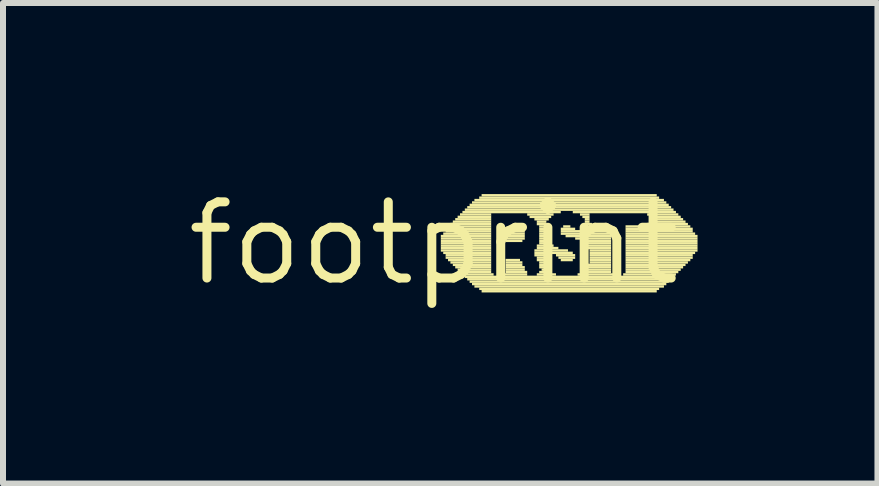
<source format=kicad_pcb>
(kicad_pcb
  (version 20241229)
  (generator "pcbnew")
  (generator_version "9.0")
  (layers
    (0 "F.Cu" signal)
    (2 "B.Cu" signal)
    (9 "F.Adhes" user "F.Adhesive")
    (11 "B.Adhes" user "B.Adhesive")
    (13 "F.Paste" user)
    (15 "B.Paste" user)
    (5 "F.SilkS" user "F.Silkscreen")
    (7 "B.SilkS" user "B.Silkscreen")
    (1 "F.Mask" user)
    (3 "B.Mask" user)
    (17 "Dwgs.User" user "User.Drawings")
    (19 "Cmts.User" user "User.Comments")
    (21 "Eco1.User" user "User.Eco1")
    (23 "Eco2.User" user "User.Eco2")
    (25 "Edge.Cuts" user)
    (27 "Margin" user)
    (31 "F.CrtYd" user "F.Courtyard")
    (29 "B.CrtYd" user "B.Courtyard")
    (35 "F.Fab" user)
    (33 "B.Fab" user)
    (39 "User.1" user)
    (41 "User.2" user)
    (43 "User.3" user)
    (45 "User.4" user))
  (footprint "footprint"
    (layer "F.Cu")
    (at 4.18 1.006)
    (property "Reference" "footprint" (at 0 0 0) (layer "F.SilkS") (effects (font (size 1.27 1.27) (thickness 0.15))))
    (fp_poly (pts (xy 0.12 -0.1) (xy 0.96 -0.1) (xy 0.96 -0.14) (xy 0.12 -0.14)) (stroke (width 0) (type solid)) (fill yes) (layer "F.SilkS"))
    (fp_poly (pts (xy 0.12 -0.06) (xy 0.96 -0.06) (xy 0.96 -0.1) (xy 0.12 -0.1)) (stroke (width 0) (type solid)) (fill yes) (layer "F.SilkS"))
    (fp_poly (pts (xy 0.12 -0.02) (xy 0.96 -0.02) (xy 0.96 -0.06) (xy 0.12 -0.06)) (stroke (width 0) (type solid)) (fill yes) (layer "F.SilkS"))
    (fp_poly (pts (xy 0.12 0.02) (xy 0.96 0.02) (xy 0.96 -0.02) (xy 0.12 -0.02)) (stroke (width 0) (type solid)) (fill yes) (layer "F.SilkS"))
    (fp_poly (pts (xy 0.12 0.06) (xy 0.96 0.06) (xy 0.96 0.02) (xy 0.12 0.02)) (stroke (width 0) (type solid)) (fill yes) (layer "F.SilkS"))
    (fp_poly (pts (xy 0.12 0.1) (xy 0.96 0.1) (xy 0.96 0.06) (xy 0.12 0.06)) (stroke (width 0) (type solid)) (fill yes) (layer "F.SilkS"))
    (fp_poly (pts (xy 0.12 0.14) (xy 0.96 0.14) (xy 0.96 0.1) (xy 0.12 0.1)) (stroke (width 0) (type solid)) (fill yes) (layer "F.SilkS"))
    (fp_poly (pts (xy 0.16 -0.14) (xy 0.96 -0.14) (xy 0.96 -0.18) (xy 0.16 -0.18)) (stroke (width 0) (type solid)) (fill yes) (layer "F.SilkS"))
    (fp_poly (pts (xy 0.16 0.18) (xy 0.96 0.18) (xy 0.96 0.14) (xy 0.16 0.14)) (stroke (width 0) (type solid)) (fill yes) (layer "F.SilkS"))
    (fp_poly (pts (xy 0.2 -0.22) (xy 0.96 -0.22) (xy 0.96 -0.26) (xy 0.2 -0.26)) (stroke (width 0) (type solid)) (fill yes) (layer "F.SilkS"))
    (fp_poly (pts (xy 0.2 -0.18) (xy 0.96 -0.18) (xy 0.96 -0.22) (xy 0.2 -0.22)) (stroke (width 0) (type solid)) (fill yes) (layer "F.SilkS"))
    (fp_poly (pts (xy 0.2 0.22) (xy 0.96 0.22) (xy 0.96 0.18) (xy 0.2 0.18)) (stroke (width 0) (type solid)) (fill yes) (layer "F.SilkS"))
    (fp_poly (pts (xy 0.2 0.26) (xy 0.96 0.26) (xy 0.96 0.22) (xy 0.2 0.22)) (stroke (width 0) (type solid)) (fill yes) (layer "F.SilkS"))
    (fp_poly (pts (xy 0.24 -0.26) (xy 0.96 -0.26) (xy 0.96 -0.3) (xy 0.24 -0.3)) (stroke (width 0) (type solid)) (fill yes) (layer "F.SilkS"))
    (fp_poly (pts (xy 0.24 0.3) (xy 0.96 0.3) (xy 0.96 0.26) (xy 0.24 0.26)) (stroke (width 0) (type solid)) (fill yes) (layer "F.SilkS"))
    (fp_poly (pts (xy 0.28 -0.3) (xy 0.96 -0.3) (xy 0.96 -0.34) (xy 0.28 -0.34)) (stroke (width 0) (type solid)) (fill yes) (layer "F.SilkS"))
    (fp_poly (pts (xy 0.28 0.34) (xy 0.96 0.34) (xy 0.96 0.3) (xy 0.28 0.3)) (stroke (width 0) (type solid)) (fill yes) (layer "F.SilkS"))
    (fp_poly (pts (xy 0.32 -0.34) (xy 0.96 -0.34) (xy 0.96 -0.38) (xy 0.32 -0.38)) (stroke (width 0) (type solid)) (fill yes) (layer "F.SilkS"))
    (fp_poly (pts (xy 0.32 0.38) (xy 0.96 0.38) (xy 0.96 0.34) (xy 0.32 0.34)) (stroke (width 0) (type solid)) (fill yes) (layer "F.SilkS"))
    (fp_poly (pts (xy 0.36 -0.38) (xy 0.96 -0.38) (xy 0.96 -0.42) (xy 0.36 -0.42)) (stroke (width 0) (type solid)) (fill yes) (layer "F.SilkS"))
    (fp_poly (pts (xy 0.36 0.42) (xy 0.96 0.42) (xy 0.96 0.38) (xy 0.36 0.38)) (stroke (width 0) (type solid)) (fill yes) (layer "F.SilkS"))
    (fp_poly (pts (xy 0.4 -0.42) (xy 0.96 -0.42) (xy 0.96 -0.46) (xy 0.4 -0.46)) (stroke (width 0) (type solid)) (fill yes) (layer "F.SilkS"))
    (fp_poly (pts (xy 0.4 0.46) (xy 0.96 0.46) (xy 0.96 0.42) (xy 0.4 0.42)) (stroke (width 0) (type solid)) (fill yes) (layer "F.SilkS"))
    (fp_poly (pts (xy 0.44 -0.46) (xy 0.96 -0.46) (xy 0.96 -0.5) (xy 0.44 -0.5)) (stroke (width 0) (type solid)) (fill yes) (layer "F.SilkS"))
    (fp_poly (pts (xy 0.44 0.5) (xy 0.96 0.5) (xy 0.96 0.46) (xy 0.44 0.46)) (stroke (width 0) (type solid)) (fill yes) (layer "F.SilkS"))
    (fp_poly (pts (xy 0.48 -0.5) (xy 2.12 -0.5) (xy 2.12 -0.54) (xy 0.48 -0.54)) (stroke (width 0) (type solid)) (fill yes) (layer "F.SilkS"))
    (fp_poly (pts (xy 0.48 0.54) (xy 1 0.54) (xy 1 0.5) (xy 0.48 0.5)) (stroke (width 0) (type solid)) (fill yes) (layer "F.SilkS"))
    (fp_poly (pts (xy 0.52 -0.54) (xy 4 -0.54) (xy 4 -0.58) (xy 0.52 -0.58)) (stroke (width 0) (type solid)) (fill yes) (layer "F.SilkS"))
    (fp_poly (pts (xy 0.52 0.58) (xy 4 0.58) (xy 4 0.54) (xy 0.52 0.54)) (stroke (width 0) (type solid)) (fill yes) (layer "F.SilkS"))
    (fp_poly (pts (xy 0.56 -0.58) (xy 3.96 -0.58) (xy 3.96 -0.62) (xy 0.56 -0.62)) (stroke (width 0) (type solid)) (fill yes) (layer "F.SilkS"))
    (fp_poly (pts (xy 0.56 0.62) (xy 3.96 0.62) (xy 3.96 0.58) (xy 0.56 0.58)) (stroke (width 0) (type solid)) (fill yes) (layer "F.SilkS"))
    (fp_poly (pts (xy 0.6 -0.62) (xy 3.92 -0.62) (xy 3.92 -0.66) (xy 0.6 -0.66)) (stroke (width 0) (type solid)) (fill yes) (layer "F.SilkS"))
    (fp_poly (pts (xy 0.6 0.66) (xy 3.92 0.66) (xy 3.92 0.62) (xy 0.6 0.62)) (stroke (width 0) (type solid)) (fill yes) (layer "F.SilkS"))
    (fp_poly (pts (xy 0.64 -0.66) (xy 3.88 -0.66) (xy 3.88 -0.7) (xy 0.64 -0.7)) (stroke (width 0) (type solid)) (fill yes) (layer "F.SilkS"))
    (fp_poly (pts (xy 0.64 0.7) (xy 3.88 0.7) (xy 3.88 0.66) (xy 0.64 0.66)) (stroke (width 0) (type solid)) (fill yes) (layer "F.SilkS"))
    (fp_poly (pts (xy 0.68 -0.7) (xy 3.84 -0.7) (xy 3.84 -0.74) (xy 0.68 -0.74)) (stroke (width 0) (type solid)) (fill yes) (layer "F.SilkS"))
    (fp_poly (pts (xy 0.68 0.74) (xy 3.84 0.74) (xy 3.84 0.7) (xy 0.68 0.7)) (stroke (width 0) (type solid)) (fill yes) (layer "F.SilkS"))
    (fp_poly (pts (xy 0.76 -0.74) (xy 3.76 -0.74) (xy 3.76 -0.78) (xy 0.76 -0.78)) (stroke (width 0) (type solid)) (fill yes) (layer "F.SilkS"))
    (fp_poly (pts (xy 0.76 0.78) (xy 3.76 0.78) (xy 3.76 0.74) (xy 0.76 0.74)) (stroke (width 0) (type solid)) (fill yes) (layer "F.SilkS"))
    (fp_poly (pts (xy 0.8 -0.78) (xy 3.72 -0.78) (xy 3.72 -0.82) (xy 0.8 -0.82)) (stroke (width 0) (type solid)) (fill yes) (layer "F.SilkS"))
    (fp_poly (pts (xy 0.8 0.82) (xy 3.72 0.82) (xy 3.72 0.78) (xy 0.8 0.78)) (stroke (width 0) (type solid)) (fill yes) (layer "F.SilkS"))
    (fp_poly (pts (xy 1.16 0.54) (xy 1.56 0.54) (xy 1.56 0.5) (xy 1.16 0.5)) (stroke (width 0) (type solid)) (fill yes) (layer "F.SilkS"))
    (fp_poly (pts (xy 1.2 -0.22) (xy 1.48 -0.22) (xy 1.48 -0.26) (xy 1.2 -0.26)) (stroke (width 0) (type solid)) (fill yes) (layer "F.SilkS"))
    (fp_poly (pts (xy 1.2 -0.18) (xy 1.52 -0.18) (xy 1.52 -0.22) (xy 1.2 -0.22)) (stroke (width 0) (type solid)) (fill yes) (layer "F.SilkS"))
    (fp_poly (pts (xy 1.2 -0.14) (xy 1.52 -0.14) (xy 1.52 -0.18) (xy 1.2 -0.18)) (stroke (width 0) (type solid)) (fill yes) (layer "F.SilkS"))
    (fp_poly (pts (xy 1.2 -0.1) (xy 1.52 -0.1) (xy 1.52 -0.14) (xy 1.2 -0.14)) (stroke (width 0) (type solid)) (fill yes) (layer "F.SilkS"))
    (fp_poly (pts (xy 1.2 -0.06) (xy 1.52 -0.06) (xy 1.52 -0.1) (xy 1.2 -0.1)) (stroke (width 0) (type solid)) (fill yes) (layer "F.SilkS"))
    (fp_poly (pts (xy 1.2 -0.02) (xy 1.48 -0.02) (xy 1.48 -0.06) (xy 1.2 -0.06)) (stroke (width 0) (type solid)) (fill yes) (layer "F.SilkS"))
    (fp_poly (pts (xy 1.2 0.3) (xy 1.44 0.3) (xy 1.44 0.26) (xy 1.2 0.26)) (stroke (width 0) (type solid)) (fill yes) (layer "F.SilkS"))
    (fp_poly (pts (xy 1.2 0.34) (xy 1.48 0.34) (xy 1.48 0.3) (xy 1.2 0.3)) (stroke (width 0) (type solid)) (fill yes) (layer "F.SilkS"))
    (fp_poly (pts (xy 1.2 0.38) (xy 1.48 0.38) (xy 1.48 0.34) (xy 1.2 0.34)) (stroke (width 0) (type solid)) (fill yes) (layer "F.SilkS"))
    (fp_poly (pts (xy 1.2 0.42) (xy 1.52 0.42) (xy 1.52 0.38) (xy 1.2 0.38)) (stroke (width 0) (type solid)) (fill yes) (layer "F.SilkS"))
    (fp_poly (pts (xy 1.2 0.46) (xy 1.52 0.46) (xy 1.52 0.42) (xy 1.2 0.42)) (stroke (width 0) (type solid)) (fill yes) (layer "F.SilkS"))
    (fp_poly (pts (xy 1.2 0.5) (xy 1.56 0.5) (xy 1.56 0.46) (xy 1.2 0.46)) (stroke (width 0) (type solid)) (fill yes) (layer "F.SilkS"))
    (fp_poly (pts (xy 1.56 -0.46) (xy 2 -0.46) (xy 2 -0.5) (xy 1.56 -0.5)) (stroke (width 0) (type solid)) (fill yes) (layer "F.SilkS"))
    (fp_poly (pts (xy 1.6 -0.42) (xy 1.96 -0.42) (xy 1.96 -0.46) (xy 1.6 -0.46)) (stroke (width 0) (type solid)) (fill yes) (layer "F.SilkS"))
    (fp_poly (pts (xy 1.68 -0.38) (xy 1.92 -0.38) (xy 1.92 -0.42) (xy 1.68 -0.42)) (stroke (width 0) (type solid)) (fill yes) (layer "F.SilkS"))
    (fp_poly (pts (xy 1.68 0.14) (xy 2.24 0.14) (xy 2.24 0.1) (xy 1.68 0.1)) (stroke (width 0) (type solid)) (fill yes) (layer "F.SilkS"))
    (fp_poly (pts (xy 1.68 0.18) (xy 2.32 0.18) (xy 2.32 0.14) (xy 1.68 0.14)) (stroke (width 0) (type solid)) (fill yes) (layer "F.SilkS"))
    (fp_poly (pts (xy 1.68 0.22) (xy 1.92 0.22) (xy 1.92 0.18) (xy 1.68 0.18)) (stroke (width 0) (type solid)) (fill yes) (layer "F.SilkS"))
    (fp_poly (pts (xy 1.72 -0.34) (xy 1.88 -0.34) (xy 1.88 -0.38) (xy 1.72 -0.38)) (stroke (width 0) (type solid)) (fill yes) (layer "F.SilkS"))
    (fp_poly (pts (xy 1.72 -0.3) (xy 1.88 -0.3) (xy 1.88 -0.34) (xy 1.72 -0.34)) (stroke (width 0) (type solid)) (fill yes) (layer "F.SilkS"))
    (fp_poly (pts (xy 1.72 0.06) (xy 2 0.06) (xy 2 0.02) (xy 1.72 0.02)) (stroke (width 0) (type solid)) (fill yes) (layer "F.SilkS"))
    (fp_poly (pts (xy 1.72 0.1) (xy 2.08 0.1) (xy 2.08 0.06) (xy 1.72 0.06)) (stroke (width 0) (type solid)) (fill yes) (layer "F.SilkS"))
    (fp_poly (pts (xy 1.72 0.26) (xy 1.88 0.26) (xy 1.88 0.22) (xy 1.72 0.22)) (stroke (width 0) (type solid)) (fill yes) (layer "F.SilkS"))
    (fp_poly (pts (xy 1.72 0.3) (xy 1.84 0.3) (xy 1.84 0.26) (xy 1.72 0.26)) (stroke (width 0) (type solid)) (fill yes) (layer "F.SilkS"))
    (fp_poly (pts (xy 1.72 0.54) (xy 2.04 0.54) (xy 2.04 0.5) (xy 1.72 0.5)) (stroke (width 0) (type solid)) (fill yes) (layer "F.SilkS"))
    (fp_poly (pts (xy 1.76 -0.26) (xy 1.88 -0.26) (xy 1.88 -0.3) (xy 1.76 -0.3)) (stroke (width 0) (type solid)) (fill yes) (layer "F.SilkS"))
    (fp_poly (pts (xy 1.76 -0.22) (xy 1.84 -0.22) (xy 1.84 -0.26) (xy 1.76 -0.26)) (stroke (width 0) (type solid)) (fill yes) (layer "F.SilkS"))
    (fp_poly (pts (xy 1.76 -0.18) (xy 1.84 -0.18) (xy 1.84 -0.22) (xy 1.76 -0.22)) (stroke (width 0) (type solid)) (fill yes) (layer "F.SilkS"))
    (fp_poly (pts (xy 1.76 -0.14) (xy 1.88 -0.14) (xy 1.88 -0.18) (xy 1.76 -0.18)) (stroke (width 0) (type solid)) (fill yes) (layer "F.SilkS"))
    (fp_poly (pts (xy 1.76 -0.1) (xy 1.88 -0.1) (xy 1.88 -0.14) (xy 1.76 -0.14)) (stroke (width 0) (type solid)) (fill yes) (layer "F.SilkS"))
    (fp_poly (pts (xy 1.76 -0.06) (xy 1.88 -0.06) (xy 1.88 -0.1) (xy 1.76 -0.1)) (stroke (width 0) (type solid)) (fill yes) (layer "F.SilkS"))
    (fp_poly (pts (xy 1.76 -0.02) (xy 1.92 -0.02) (xy 1.92 -0.06) (xy 1.76 -0.06)) (stroke (width 0) (type solid)) (fill yes) (layer "F.SilkS"))
    (fp_poly (pts (xy 1.76 0.02) (xy 1.92 0.02) (xy 1.92 -0.02) (xy 1.76 -0.02)) (stroke (width 0) (type solid)) (fill yes) (layer "F.SilkS"))
    (fp_poly (pts (xy 1.76 0.34) (xy 1.84 0.34) (xy 1.84 0.3) (xy 1.76 0.3)) (stroke (width 0) (type solid)) (fill yes) (layer "F.SilkS"))
    (fp_poly (pts (xy 1.76 0.38) (xy 1.84 0.38) (xy 1.84 0.34) (xy 1.76 0.34)) (stroke (width 0) (type solid)) (fill yes) (layer "F.SilkS"))
    (fp_poly (pts (xy 1.76 0.42) (xy 1.88 0.42) (xy 1.88 0.38) (xy 1.76 0.38)) (stroke (width 0) (type solid)) (fill yes) (layer "F.SilkS"))
    (fp_poly (pts (xy 1.76 0.5) (xy 1.96 0.5) (xy 1.96 0.46) (xy 1.76 0.46)) (stroke (width 0) (type solid)) (fill yes) (layer "F.SilkS"))
    (fp_poly (pts (xy 1.8 0.46) (xy 1.92 0.46) (xy 1.92 0.42) (xy 1.8 0.42)) (stroke (width 0) (type solid)) (fill yes) (layer "F.SilkS"))
    (fp_poly (pts (xy 2.04 0.22) (xy 2.36 0.22) (xy 2.36 0.18) (xy 2.04 0.18)) (stroke (width 0) (type solid)) (fill yes) (layer "F.SilkS"))
    (fp_poly (pts (xy 2.08 0.26) (xy 2.36 0.26) (xy 2.36 0.22) (xy 2.08 0.22)) (stroke (width 0) (type solid)) (fill yes) (layer "F.SilkS"))
    (fp_poly (pts (xy 2.12 -0.22) (xy 2.36 -0.22) (xy 2.36 -0.26) (xy 2.12 -0.26)) (stroke (width 0) (type solid)) (fill yes) (layer "F.SilkS"))
    (fp_poly (pts (xy 2.12 -0.18) (xy 2.96 -0.18) (xy 2.96 -0.22) (xy 2.12 -0.22)) (stroke (width 0) (type solid)) (fill yes) (layer "F.SilkS"))
    (fp_poly (pts (xy 2.12 -0.14) (xy 2.96 -0.14) (xy 2.96 -0.18) (xy 2.12 -0.18)) (stroke (width 0) (type solid)) (fill yes) (layer "F.SilkS"))
    (fp_poly (pts (xy 2.12 0.3) (xy 2.32 0.3) (xy 2.32 0.26) (xy 2.12 0.26)) (stroke (width 0) (type solid)) (fill yes) (layer "F.SilkS"))
    (fp_poly (pts (xy 2.16 -0.26) (xy 2.28 -0.26) (xy 2.28 -0.3) (xy 2.16 -0.3)) (stroke (width 0) (type solid)) (fill yes) (layer "F.SilkS"))
    (fp_poly (pts (xy 2.2 -0.1) (xy 2.96 -0.1) (xy 2.96 -0.14) (xy 2.2 -0.14)) (stroke (width 0) (type solid)) (fill yes) (layer "F.SilkS"))
    (fp_poly (pts (xy 2.32 -0.5) (xy 4.04 -0.5) (xy 4.04 -0.54) (xy 2.32 -0.54)) (stroke (width 0) (type solid)) (fill yes) (layer "F.SilkS"))
    (fp_poly (pts (xy 2.36 -0.06) (xy 2.96 -0.06) (xy 2.96 -0.1) (xy 2.36 -0.1)) (stroke (width 0) (type solid)) (fill yes) (layer "F.SilkS"))
    (fp_poly (pts (xy 2.4 0.54) (xy 3 0.54) (xy 3 0.5) (xy 2.4 0.5)) (stroke (width 0) (type solid)) (fill yes) (layer "F.SilkS"))
    (fp_poly (pts (xy 2.44 -0.46) (xy 2.6 -0.46) (xy 2.6 -0.5) (xy 2.44 -0.5)) (stroke (width 0) (type solid)) (fill yes) (layer "F.SilkS"))
    (fp_poly (pts (xy 2.48 -0.42) (xy 2.6 -0.42) (xy 2.6 -0.46) (xy 2.48 -0.46)) (stroke (width 0) (type solid)) (fill yes) (layer "F.SilkS"))
    (fp_poly (pts (xy 2.48 -0.26) (xy 2.96 -0.26) (xy 2.96 -0.3) (xy 2.48 -0.3)) (stroke (width 0) (type solid)) (fill yes) (layer "F.SilkS"))
    (fp_poly (pts (xy 2.48 -0.22) (xy 2.96 -0.22) (xy 2.96 -0.26) (xy 2.48 -0.26)) (stroke (width 0) (type solid)) (fill yes) (layer "F.SilkS"))
    (fp_poly (pts (xy 2.48 -0.02) (xy 2.96 -0.02) (xy 2.96 -0.06) (xy 2.48 -0.06)) (stroke (width 0) (type solid)) (fill yes) (layer "F.SilkS"))
    (fp_poly (pts (xy 2.48 0.5) (xy 2.96 0.5) (xy 2.96 0.46) (xy 2.48 0.46)) (stroke (width 0) (type solid)) (fill yes) (layer "F.SilkS"))
    (fp_poly (pts (xy 2.52 -0.38) (xy 2.6 -0.38) (xy 2.6 -0.42) (xy 2.52 -0.42)) (stroke (width 0) (type solid)) (fill yes) (layer "F.SilkS"))
    (fp_poly (pts (xy 2.52 -0.34) (xy 2.6 -0.34) (xy 2.6 -0.38) (xy 2.52 -0.38)) (stroke (width 0) (type solid)) (fill yes) (layer "F.SilkS"))
    (fp_poly (pts (xy 2.52 -0.3) (xy 2.64 -0.3) (xy 2.64 -0.34) (xy 2.52 -0.34)) (stroke (width 0) (type solid)) (fill yes) (layer "F.SilkS"))
    (fp_poly (pts (xy 2.52 0.02) (xy 2.96 0.02) (xy 2.96 -0.02) (xy 2.52 -0.02)) (stroke (width 0) (type solid)) (fill yes) (layer "F.SilkS"))
    (fp_poly (pts (xy 2.52 0.46) (xy 2.96 0.46) (xy 2.96 0.42) (xy 2.52 0.42)) (stroke (width 0) (type solid)) (fill yes) (layer "F.SilkS"))
    (fp_poly (pts (xy 2.56 0.06) (xy 2.96 0.06) (xy 2.96 0.02) (xy 2.56 0.02)) (stroke (width 0) (type solid)) (fill yes) (layer "F.SilkS"))
    (fp_poly (pts (xy 2.56 0.1) (xy 2.96 0.1) (xy 2.96 0.06) (xy 2.56 0.06)) (stroke (width 0) (type solid)) (fill yes) (layer "F.SilkS"))
    (fp_poly (pts (xy 2.56 0.38) (xy 2.96 0.38) (xy 2.96 0.34) (xy 2.56 0.34)) (stroke (width 0) (type solid)) (fill yes) (layer "F.SilkS"))
    (fp_poly (pts (xy 2.56 0.42) (xy 2.96 0.42) (xy 2.96 0.38) (xy 2.56 0.38)) (stroke (width 0) (type solid)) (fill yes) (layer "F.SilkS"))
    (fp_poly (pts (xy 2.6 0.14) (xy 2.96 0.14) (xy 2.96 0.1) (xy 2.6 0.1)) (stroke (width 0) (type solid)) (fill yes) (layer "F.SilkS"))
    (fp_poly (pts (xy 2.6 0.18) (xy 2.96 0.18) (xy 2.96 0.14) (xy 2.6 0.14)) (stroke (width 0) (type solid)) (fill yes) (layer "F.SilkS"))
    (fp_poly (pts (xy 2.6 0.22) (xy 2.96 0.22) (xy 2.96 0.18) (xy 2.6 0.18)) (stroke (width 0) (type solid)) (fill yes) (layer "F.SilkS"))
    (fp_poly (pts (xy 2.6 0.26) (xy 2.96 0.26) (xy 2.96 0.22) (xy 2.6 0.22)) (stroke (width 0) (type solid)) (fill yes) (layer "F.SilkS"))
    (fp_poly (pts (xy 2.6 0.3) (xy 2.96 0.3) (xy 2.96 0.26) (xy 2.6 0.26)) (stroke (width 0) (type solid)) (fill yes) (layer "F.SilkS"))
    (fp_poly (pts (xy 2.6 0.34) (xy 2.96 0.34) (xy 2.96 0.3) (xy 2.6 0.3)) (stroke (width 0) (type solid)) (fill yes) (layer "F.SilkS"))
    (fp_poly (pts (xy 3.16 0.54) (xy 4.04 0.54) (xy 4.04 0.5) (xy 3.16 0.5)) (stroke (width 0) (type solid)) (fill yes) (layer "F.SilkS"))
    (fp_poly (pts (xy 3.2 -0.26) (xy 4.28 -0.26) (xy 4.28 -0.3) (xy 3.2 -0.3)) (stroke (width 0) (type solid)) (fill yes) (layer "F.SilkS"))
    (fp_poly (pts (xy 3.2 -0.22) (xy 4.32 -0.22) (xy 4.32 -0.26) (xy 3.2 -0.26)) (stroke (width 0) (type solid)) (fill yes) (layer "F.SilkS"))
    (fp_poly (pts (xy 3.2 -0.18) (xy 4.32 -0.18) (xy 4.32 -0.22) (xy 3.2 -0.22)) (stroke (width 0) (type solid)) (fill yes) (layer "F.SilkS"))
    (fp_poly (pts (xy 3.2 -0.14) (xy 4.36 -0.14) (xy 4.36 -0.18) (xy 3.2 -0.18)) (stroke (width 0) (type solid)) (fill yes) (layer "F.SilkS"))
    (fp_poly (pts (xy 3.2 -0.1) (xy 4.4 -0.1) (xy 4.4 -0.14) (xy 3.2 -0.14)) (stroke (width 0) (type solid)) (fill yes) (layer "F.SilkS"))
    (fp_poly (pts (xy 3.2 -0.06) (xy 4.4 -0.06) (xy 4.4 -0.1) (xy 3.2 -0.1)) (stroke (width 0) (type solid)) (fill yes) (layer "F.SilkS"))
    (fp_poly (pts (xy 3.2 -0.02) (xy 4.4 -0.02) (xy 4.4 -0.06) (xy 3.2 -0.06)) (stroke (width 0) (type solid)) (fill yes) (layer "F.SilkS"))
    (fp_poly (pts (xy 3.2 0.02) (xy 4.4 0.02) (xy 4.4 -0.02) (xy 3.2 -0.02)) (stroke (width 0) (type solid)) (fill yes) (layer "F.SilkS"))
    (fp_poly (pts (xy 3.2 0.06) (xy 4.4 0.06) (xy 4.4 0.02) (xy 3.2 0.02)) (stroke (width 0) (type solid)) (fill yes) (layer "F.SilkS"))
    (fp_poly (pts (xy 3.2 0.1) (xy 4.4 0.1) (xy 4.4 0.06) (xy 3.2 0.06)) (stroke (width 0) (type solid)) (fill yes) (layer "F.SilkS"))
    (fp_poly (pts (xy 3.2 0.14) (xy 4.4 0.14) (xy 4.4 0.1) (xy 3.2 0.1)) (stroke (width 0) (type solid)) (fill yes) (layer "F.SilkS"))
    (fp_poly (pts (xy 3.2 0.18) (xy 4.36 0.18) (xy 4.36 0.14) (xy 3.2 0.14)) (stroke (width 0) (type solid)) (fill yes) (layer "F.SilkS"))
    (fp_poly (pts (xy 3.2 0.22) (xy 4.32 0.22) (xy 4.32 0.18) (xy 3.2 0.18)) (stroke (width 0) (type solid)) (fill yes) (layer "F.SilkS"))
    (fp_poly (pts (xy 3.2 0.26) (xy 4.32 0.26) (xy 4.32 0.22) (xy 3.2 0.22)) (stroke (width 0) (type solid)) (fill yes) (layer "F.SilkS"))
    (fp_poly (pts (xy 3.2 0.3) (xy 4.28 0.3) (xy 4.28 0.26) (xy 3.2 0.26)) (stroke (width 0) (type solid)) (fill yes) (layer "F.SilkS"))
    (fp_poly (pts (xy 3.2 0.34) (xy 4.24 0.34) (xy 4.24 0.3) (xy 3.2 0.3)) (stroke (width 0) (type solid)) (fill yes) (layer "F.SilkS"))
    (fp_poly (pts (xy 3.2 0.38) (xy 4.2 0.38) (xy 4.2 0.34) (xy 3.2 0.34)) (stroke (width 0) (type solid)) (fill yes) (layer "F.SilkS"))
    (fp_poly (pts (xy 3.2 0.42) (xy 4.16 0.42) (xy 4.16 0.38) (xy 3.2 0.38)) (stroke (width 0) (type solid)) (fill yes) (layer "F.SilkS"))
    (fp_poly (pts (xy 3.2 0.46) (xy 4.12 0.46) (xy 4.12 0.42) (xy 3.2 0.42)) (stroke (width 0) (type solid)) (fill yes) (layer "F.SilkS"))
    (fp_poly (pts (xy 3.2 0.5) (xy 4.08 0.5) (xy 4.08 0.46) (xy 3.2 0.46)) (stroke (width 0) (type solid)) (fill yes) (layer "F.SilkS"))
    (fp_poly (pts (xy 3.56 -0.46) (xy 4.08 -0.46) (xy 4.08 -0.5) (xy 3.56 -0.5)) (stroke (width 0) (type solid)) (fill yes) (layer "F.SilkS"))
    (fp_poly (pts (xy 3.56 -0.3) (xy 4.24 -0.3) (xy 4.24 -0.34) (xy 3.56 -0.34)) (stroke (width 0) (type solid)) (fill yes) (layer "F.SilkS"))
    (fp_poly (pts (xy 3.6 -0.42) (xy 4.12 -0.42) (xy 4.12 -0.46) (xy 3.6 -0.46)) (stroke (width 0) (type solid)) (fill yes) (layer "F.SilkS"))
    (fp_poly (pts (xy 3.6 -0.38) (xy 4.16 -0.38) (xy 4.16 -0.42) (xy 3.6 -0.42)) (stroke (width 0) (type solid)) (fill yes) (layer "F.SilkS"))
    (fp_poly (pts (xy 3.6 -0.34) (xy 4.2 -0.34) (xy 4.2 -0.38) (xy 3.6 -0.38)) (stroke (width 0) (type solid)) (fill yes) (layer "F.SilkS")))
  (gr_rect
    (start -3 -3)
    (end 11.58 5.012)
    (stroke (width 0.1) (type default))
    (fill no)
    (layer "Edge.Cuts")))
</source>
